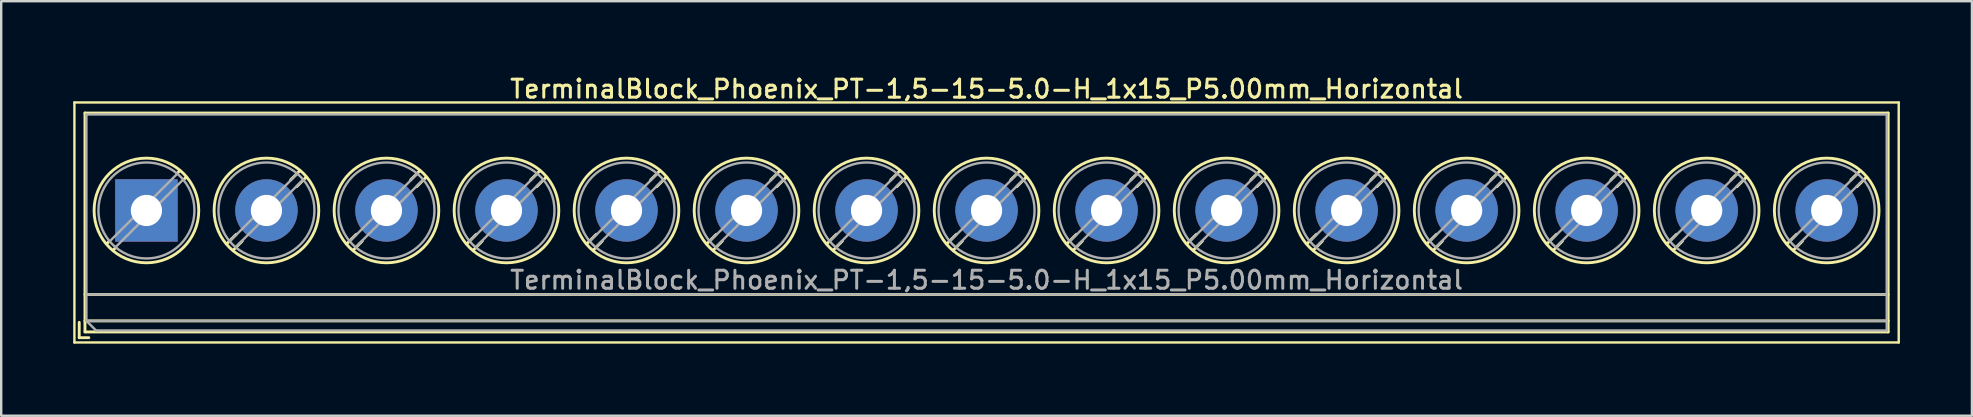
<source format=kicad_pcb>
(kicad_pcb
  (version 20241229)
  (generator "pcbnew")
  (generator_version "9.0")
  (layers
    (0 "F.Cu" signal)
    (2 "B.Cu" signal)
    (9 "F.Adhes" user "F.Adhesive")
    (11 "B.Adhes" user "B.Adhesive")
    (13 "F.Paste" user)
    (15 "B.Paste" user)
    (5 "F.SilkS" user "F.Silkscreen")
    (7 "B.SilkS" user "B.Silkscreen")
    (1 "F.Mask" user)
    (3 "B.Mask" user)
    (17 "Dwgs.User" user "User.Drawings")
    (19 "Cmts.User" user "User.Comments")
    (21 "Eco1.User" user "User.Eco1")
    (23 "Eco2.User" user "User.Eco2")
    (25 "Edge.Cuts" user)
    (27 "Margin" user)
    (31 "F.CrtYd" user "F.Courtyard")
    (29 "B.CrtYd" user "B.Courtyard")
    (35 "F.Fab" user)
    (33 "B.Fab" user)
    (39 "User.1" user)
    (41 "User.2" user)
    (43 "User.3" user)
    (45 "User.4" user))
  (footprint "TerminalBlock_Phoenix_PT-1,5-15-5.0-H_1x15_P5.00mm_Horizontal"
    (layer "F.Cu")
    (at 3.05 5.718)
    (property "Reference" "TerminalBlock_Phoenix_PT-1,5-15-5.0-H_1x15_P5.00mm_Horizontal" (at 35 -5.06 0) (layer "F.SilkS") (effects (font (size 0.75 0.75) (thickness 0.125))))
    (attr through_hole)
    (fp_line (start -3 -4.5) (end -3 5.5) (stroke (width 0.1) (type solid)) (layer "F.SilkS"))
    (fp_line (start -3 5.5) (end 73 5.5) (stroke (width 0.1) (type solid)) (layer "F.SilkS"))
    (fp_line (start -2.8 4.66) (end -2.8 5.3) (stroke (width 0.12) (type solid)) (layer "F.SilkS"))
    (fp_line (start -2.8 5.3) (end -2.4 5.3) (stroke (width 0.12) (type solid)) (layer "F.SilkS"))
    (fp_line (start -2.56 -4.06) (end -2.56 5.06) (stroke (width 0.12) (type solid)) (layer "F.SilkS"))
    (fp_line (start -2.56 -4.06) (end 72.56 -4.06) (stroke (width 0.12) (type solid)) (layer "F.SilkS"))
    (fp_line (start -2.56 3.5) (end 72.56 3.5) (stroke (width 0.12) (type solid)) (layer "F.SilkS"))
    (fp_line (start -2.56 4.6) (end 72.56 4.6) (stroke (width 0.12) (type solid)) (layer "F.SilkS"))
    (fp_line (start -2.56 5.06) (end 72.56 5.06) (stroke (width 0.12) (type solid)) (layer "F.SilkS"))
    (fp_line (start -1.548 1.281) (end -1.654 1.388) (stroke (width 0.12) (type solid)) (layer "F.SilkS"))
    (fp_line (start -1.282 1.547) (end -1.388 1.654) (stroke (width 0.12) (type solid)) (layer "F.SilkS"))
    (fp_line (start 1.388 -1.654) (end 1.281 -1.547) (stroke (width 0.12) (type solid)) (layer "F.SilkS"))
    (fp_line (start 1.654 -1.388) (end 1.547 -1.281) (stroke (width 0.12) (type solid)) (layer "F.SilkS"))
    (fp_line (start 3.742 0.992) (end 3.347 1.388) (stroke (width 0.12) (type solid)) (layer "F.SilkS"))
    (fp_line (start 3.993 1.274) (end 3.613 1.654) (stroke (width 0.12) (type solid)) (layer "F.SilkS"))
    (fp_line (start 6.388 -1.654) (end 6.008 -1.274) (stroke (width 0.12) (type solid)) (layer "F.SilkS"))
    (fp_line (start 6.654 -1.388) (end 6.259 -0.992) (stroke (width 0.12) (type solid)) (layer "F.SilkS"))
    (fp_line (start 8.742 0.992) (end 8.347 1.388) (stroke (width 0.12) (type solid)) (layer "F.SilkS"))
    (fp_line (start 8.993 1.274) (end 8.613 1.654) (stroke (width 0.12) (type solid)) (layer "F.SilkS"))
    (fp_line (start 11.388 -1.654) (end 11.008 -1.274) (stroke (width 0.12) (type solid)) (layer "F.SilkS"))
    (fp_line (start 11.654 -1.388) (end 11.259 -0.992) (stroke (width 0.12) (type solid)) (layer "F.SilkS"))
    (fp_line (start 13.742 0.992) (end 13.347 1.388) (stroke (width 0.12) (type solid)) (layer "F.SilkS"))
    (fp_line (start 13.993 1.274) (end 13.613 1.654) (stroke (width 0.12) (type solid)) (layer "F.SilkS"))
    (fp_line (start 16.388 -1.654) (end 16.008 -1.274) (stroke (width 0.12) (type solid)) (layer "F.SilkS"))
    (fp_line (start 16.654 -1.388) (end 16.259 -0.992) (stroke (width 0.12) (type solid)) (layer "F.SilkS"))
    (fp_line (start 18.742 0.992) (end 18.347 1.388) (stroke (width 0.12) (type solid)) (layer "F.SilkS"))
    (fp_line (start 18.993 1.274) (end 18.613 1.654) (stroke (width 0.12) (type solid)) (layer "F.SilkS"))
    (fp_line (start 21.388 -1.654) (end 21.008 -1.274) (stroke (width 0.12) (type solid)) (layer "F.SilkS"))
    (fp_line (start 21.654 -1.388) (end 21.259 -0.992) (stroke (width 0.12) (type solid)) (layer "F.SilkS"))
    (fp_line (start 23.742 0.992) (end 23.347 1.388) (stroke (width 0.12) (type solid)) (layer "F.SilkS"))
    (fp_line (start 23.993 1.274) (end 23.613 1.654) (stroke (width 0.12) (type solid)) (layer "F.SilkS"))
    (fp_line (start 26.388 -1.654) (end 26.008 -1.274) (stroke (width 0.12) (type solid)) (layer "F.SilkS"))
    (fp_line (start 26.654 -1.388) (end 26.259 -0.992) (stroke (width 0.12) (type solid)) (layer "F.SilkS"))
    (fp_line (start 28.742 0.992) (end 28.347 1.388) (stroke (width 0.12) (type solid)) (layer "F.SilkS"))
    (fp_line (start 28.993 1.274) (end 28.613 1.654) (stroke (width 0.12) (type solid)) (layer "F.SilkS"))
    (fp_line (start 31.388 -1.654) (end 31.008 -1.274) (stroke (width 0.12) (type solid)) (layer "F.SilkS"))
    (fp_line (start 31.654 -1.388) (end 31.259 -0.992) (stroke (width 0.12) (type solid)) (layer "F.SilkS"))
    (fp_line (start 33.742 0.992) (end 33.347 1.388) (stroke (width 0.12) (type solid)) (layer "F.SilkS"))
    (fp_line (start 33.993 1.274) (end 33.613 1.654) (stroke (width 0.12) (type solid)) (layer "F.SilkS"))
    (fp_line (start 36.388 -1.654) (end 36.008 -1.274) (stroke (width 0.12) (type solid)) (layer "F.SilkS"))
    (fp_line (start 36.654 -1.388) (end 36.259 -0.992) (stroke (width 0.12) (type solid)) (layer "F.SilkS"))
    (fp_line (start 38.742 0.992) (end 38.347 1.388) (stroke (width 0.12) (type solid)) (layer "F.SilkS"))
    (fp_line (start 38.993 1.274) (end 38.613 1.654) (stroke (width 0.12) (type solid)) (layer "F.SilkS"))
    (fp_line (start 41.388 -1.654) (end 41.008 -1.274) (stroke (width 0.12) (type solid)) (layer "F.SilkS"))
    (fp_line (start 41.654 -1.388) (end 41.259 -0.992) (stroke (width 0.12) (type solid)) (layer "F.SilkS"))
    (fp_line (start 43.742 0.992) (end 43.347 1.388) (stroke (width 0.12) (type solid)) (layer "F.SilkS"))
    (fp_line (start 43.993 1.274) (end 43.613 1.654) (stroke (width 0.12) (type solid)) (layer "F.SilkS"))
    (fp_line (start 46.388 -1.654) (end 46.008 -1.274) (stroke (width 0.12) (type solid)) (layer "F.SilkS"))
    (fp_line (start 46.654 -1.388) (end 46.259 -0.992) (stroke (width 0.12) (type solid)) (layer "F.SilkS"))
    (fp_line (start 48.742 0.992) (end 48.347 1.388) (stroke (width 0.12) (type solid)) (layer "F.SilkS"))
    (fp_line (start 48.993 1.274) (end 48.613 1.654) (stroke (width 0.12) (type solid)) (layer "F.SilkS"))
    (fp_line (start 51.388 -1.654) (end 51.008 -1.274) (stroke (width 0.12) (type solid)) (layer "F.SilkS"))
    (fp_line (start 51.654 -1.388) (end 51.259 -0.992) (stroke (width 0.12) (type solid)) (layer "F.SilkS"))
    (fp_line (start 53.742 0.992) (end 53.347 1.388) (stroke (width 0.12) (type solid)) (layer "F.SilkS"))
    (fp_line (start 53.993 1.274) (end 53.613 1.654) (stroke (width 0.12) (type solid)) (layer "F.SilkS"))
    (fp_line (start 56.388 -1.654) (end 56.008 -1.274) (stroke (width 0.12) (type solid)) (layer "F.SilkS"))
    (fp_line (start 56.654 -1.388) (end 56.259 -0.992) (stroke (width 0.12) (type solid)) (layer "F.SilkS"))
    (fp_line (start 58.742 0.992) (end 58.347 1.388) (stroke (width 0.12) (type solid)) (layer "F.SilkS"))
    (fp_line (start 58.993 1.274) (end 58.613 1.654) (stroke (width 0.12) (type solid)) (layer "F.SilkS"))
    (fp_line (start 61.388 -1.654) (end 61.008 -1.274) (stroke (width 0.12) (type solid)) (layer "F.SilkS"))
    (fp_line (start 61.654 -1.388) (end 61.259 -0.992) (stroke (width 0.12) (type solid)) (layer "F.SilkS"))
    (fp_line (start 63.742 0.992) (end 63.347 1.388) (stroke (width 0.12) (type solid)) (layer "F.SilkS"))
    (fp_line (start 63.993 1.274) (end 63.613 1.654) (stroke (width 0.12) (type solid)) (layer "F.SilkS"))
    (fp_line (start 66.388 -1.654) (end 66.008 -1.274) (stroke (width 0.12) (type solid)) (layer "F.SilkS"))
    (fp_line (start 66.654 -1.388) (end 66.259 -0.992) (stroke (width 0.12) (type solid)) (layer "F.SilkS"))
    (fp_line (start 68.742 0.992) (end 68.347 1.388) (stroke (width 0.12) (type solid)) (layer "F.SilkS"))
    (fp_line (start 68.993 1.274) (end 68.613 1.654) (stroke (width 0.12) (type solid)) (layer "F.SilkS"))
    (fp_line (start 71.388 -1.654) (end 71.008 -1.274) (stroke (width 0.12) (type solid)) (layer "F.SilkS"))
    (fp_line (start 71.654 -1.388) (end 71.259 -0.992) (stroke (width 0.12) (type solid)) (layer "F.SilkS"))
    (fp_line (start 72.56 -4.06) (end 72.56 5.06) (stroke (width 0.12) (type solid)) (layer "F.SilkS"))
    (fp_line (start 73 -4.5) (end -3 -4.5) (stroke (width 0.1) (type solid)) (layer "F.SilkS"))
    (fp_line (start 73 5.5) (end 73 -4.5) (stroke (width 0.1) (type solid)) (layer "F.SilkS"))
    (fp_circle (center 0 0) (end 2.18 0) (stroke (width 0.12) (type solid)) (fill no) (layer "F.SilkS"))
    (fp_circle (center 5 0) (end 7.18 0) (stroke (width 0.12) (type solid)) (fill no) (layer "F.SilkS"))
    (fp_circle (center 10 0) (end 12.18 0) (stroke (width 0.12) (type solid)) (fill no) (layer "F.SilkS"))
    (fp_circle (center 15 0) (end 17.18 0) (stroke (width 0.12) (type solid)) (fill no) (layer "F.SilkS"))
    (fp_circle (center 20 0) (end 22.18 0) (stroke (width 0.12) (type solid)) (fill no) (layer "F.SilkS"))
    (fp_circle (center 25 0) (end 27.18 0) (stroke (width 0.12) (type solid)) (fill no) (layer "F.SilkS"))
    (fp_circle (center 30 0) (end 32.18 0) (stroke (width 0.12) (type solid)) (fill no) (layer "F.SilkS"))
    (fp_circle (center 35 0) (end 37.18 0) (stroke (width 0.12) (type solid)) (fill no) (layer "F.SilkS"))
    (fp_circle (center 40 0) (end 42.18 0) (stroke (width 0.12) (type solid)) (fill no) (layer "F.SilkS"))
    (fp_circle (center 45 0) (end 47.18 0) (stroke (width 0.12) (type solid)) (fill no) (layer "F.SilkS"))
    (fp_circle (center 50 0) (end 52.18 0) (stroke (width 0.12) (type solid)) (fill no) (layer "F.SilkS"))
    (fp_circle (center 55 0) (end 57.18 0) (stroke (width 0.12) (type solid)) (fill no) (layer "F.SilkS"))
    (fp_circle (center 60 0) (end 62.18 0) (stroke (width 0.12) (type solid)) (fill no) (layer "F.SilkS"))
    (fp_circle (center 65 0) (end 67.18 0) (stroke (width 0.12) (type solid)) (fill no) (layer "F.SilkS"))
    (fp_circle (center 70 0) (end 72.18 0) (stroke (width 0.12) (type solid)) (fill no) (layer "F.SilkS"))
    (fp_line (start -2.5 -4) (end 72.5 -4) (stroke (width 0.1) (type solid)) (layer "F.Fab"))
    (fp_line (start -2.5 3.5) (end 72.5 3.5) (stroke (width 0.1) (type solid)) (layer "F.Fab"))
    (fp_line (start -2.5 4.6) (end -2.5 -4) (stroke (width 0.1) (type solid)) (layer "F.Fab"))
    (fp_line (start -2.5 4.6) (end 72.5 4.6) (stroke (width 0.1) (type solid)) (layer "F.Fab"))
    (fp_line (start -2.1 5) (end -2.5 4.6) (stroke (width 0.1) (type solid)) (layer "F.Fab"))
    (fp_line (start 1.273 -1.517) (end -1.517 1.273) (stroke (width 0.1) (type solid)) (layer "F.Fab"))
    (fp_line (start 1.517 -1.273) (end -1.273 1.517) (stroke (width 0.1) (type solid)) (layer "F.Fab"))
    (fp_line (start 6.273 -1.517) (end 3.484 1.273) (stroke (width 0.1) (type solid)) (layer "F.Fab"))
    (fp_line (start 6.517 -1.273) (end 3.728 1.517) (stroke (width 0.1) (type solid)) (layer "F.Fab"))
    (fp_line (start 11.273 -1.517) (end 8.484 1.273) (stroke (width 0.1) (type solid)) (layer "F.Fab"))
    (fp_line (start 11.517 -1.273) (end 8.728 1.517) (stroke (width 0.1) (type solid)) (layer "F.Fab"))
    (fp_line (start 16.273 -1.517) (end 13.484 1.273) (stroke (width 0.1) (type solid)) (layer "F.Fab"))
    (fp_line (start 16.517 -1.273) (end 13.728 1.517) (stroke (width 0.1) (type solid)) (layer "F.Fab"))
    (fp_line (start 21.273 -1.517) (end 18.484 1.273) (stroke (width 0.1) (type solid)) (layer "F.Fab"))
    (fp_line (start 21.517 -1.273) (end 18.728 1.517) (stroke (width 0.1) (type solid)) (layer "F.Fab"))
    (fp_line (start 26.273 -1.517) (end 23.484 1.273) (stroke (width 0.1) (type solid)) (layer "F.Fab"))
    (fp_line (start 26.517 -1.273) (end 23.728 1.517) (stroke (width 0.1) (type solid)) (layer "F.Fab"))
    (fp_line (start 31.273 -1.517) (end 28.484 1.273) (stroke (width 0.1) (type solid)) (layer "F.Fab"))
    (fp_line (start 31.517 -1.273) (end 28.728 1.517) (stroke (width 0.1) (type solid)) (layer "F.Fab"))
    (fp_line (start 36.273 -1.517) (end 33.484 1.273) (stroke (width 0.1) (type solid)) (layer "F.Fab"))
    (fp_line (start 36.517 -1.273) (end 33.728 1.517) (stroke (width 0.1) (type solid)) (layer "F.Fab"))
    (fp_line (start 41.273 -1.517) (end 38.484 1.273) (stroke (width 0.1) (type solid)) (layer "F.Fab"))
    (fp_line (start 41.517 -1.273) (end 38.728 1.517) (stroke (width 0.1) (type solid)) (layer "F.Fab"))
    (fp_line (start 46.273 -1.517) (end 43.484 1.273) (stroke (width 0.1) (type solid)) (layer "F.Fab"))
    (fp_line (start 46.517 -1.273) (end 43.728 1.517) (stroke (width 0.1) (type solid)) (layer "F.Fab"))
    (fp_line (start 51.273 -1.517) (end 48.484 1.273) (stroke (width 0.1) (type solid)) (layer "F.Fab"))
    (fp_line (start 51.517 -1.273) (end 48.728 1.517) (stroke (width 0.1) (type solid)) (layer "F.Fab"))
    (fp_line (start 56.273 -1.517) (end 53.484 1.273) (stroke (width 0.1) (type solid)) (layer "F.Fab"))
    (fp_line (start 56.517 -1.273) (end 53.728 1.517) (stroke (width 0.1) (type solid)) (layer "F.Fab"))
    (fp_line (start 61.273 -1.517) (end 58.484 1.273) (stroke (width 0.1) (type solid)) (layer "F.Fab"))
    (fp_line (start 61.517 -1.273) (end 58.728 1.517) (stroke (width 0.1) (type solid)) (layer "F.Fab"))
    (fp_line (start 66.273 -1.517) (end 63.484 1.273) (stroke (width 0.1) (type solid)) (layer "F.Fab"))
    (fp_line (start 66.517 -1.273) (end 63.728 1.517) (stroke (width 0.1) (type solid)) (layer "F.Fab"))
    (fp_line (start 71.273 -1.517) (end 68.484 1.273) (stroke (width 0.1) (type solid)) (layer "F.Fab"))
    (fp_line (start 71.517 -1.273) (end 68.728 1.517) (stroke (width 0.1) (type solid)) (layer "F.Fab"))
    (fp_line (start 72.5 -4) (end 72.5 5) (stroke (width 0.1) (type solid)) (layer "F.Fab"))
    (fp_line (start 72.5 5) (end -2.1 5) (stroke (width 0.1) (type solid)) (layer "F.Fab"))
    (fp_circle (center 0 0) (end 2 0) (stroke (width 0.1) (type solid)) (fill no) (layer "F.Fab"))
    (fp_circle (center 5 0) (end 7 0) (stroke (width 0.1) (type solid)) (fill no) (layer "F.Fab"))
    (fp_circle (center 10 0) (end 12 0) (stroke (width 0.1) (type solid)) (fill no) (layer "F.Fab"))
    (fp_circle (center 15 0) (end 17 0) (stroke (width 0.1) (type solid)) (fill no) (layer "F.Fab"))
    (fp_circle (center 20 0) (end 22 0) (stroke (width 0.1) (type solid)) (fill no) (layer "F.Fab"))
    (fp_circle (center 25 0) (end 27 0) (stroke (width 0.1) (type solid)) (fill no) (layer "F.Fab"))
    (fp_circle (center 30 0) (end 32 0) (stroke (width 0.1) (type solid)) (fill no) (layer "F.Fab"))
    (fp_circle (center 35 0) (end 37 0) (stroke (width 0.1) (type solid)) (fill no) (layer "F.Fab"))
    (fp_circle (center 40 0) (end 42 0) (stroke (width 0.1) (type solid)) (fill no) (layer "F.Fab"))
    (fp_circle (center 45 0) (end 47 0) (stroke (width 0.1) (type solid)) (fill no) (layer "F.Fab"))
    (fp_circle (center 50 0) (end 52 0) (stroke (width 0.1) (type solid)) (fill no) (layer "F.Fab"))
    (fp_circle (center 55 0) (end 57 0) (stroke (width 0.1) (type solid)) (fill no) (layer "F.Fab"))
    (fp_circle (center 60 0) (end 62 0) (stroke (width 0.1) (type solid)) (fill no) (layer "F.Fab"))
    (fp_circle (center 65 0) (end 67 0) (stroke (width 0.1) (type solid)) (fill no) (layer "F.Fab"))
    (fp_circle (center 70 0) (end 72 0) (stroke (width 0.1) (type solid)) (fill no) (layer "F.Fab"))
    (fp_text user "${REFERENCE}" (at 35 2.9 0) (layer "F.Fab") (effects (font (size 0.75 0.75) (thickness 0.125))))
    (pad "1" thru_hole rect (at 0 0) (size 2.6 2.6) (drill 1.3) (layers "*.Cu" "*.Mask"))
    (pad "2" thru_hole circle (at 5 0) (size 2.6 2.6) (drill 1.3) (layers "*.Cu" "*.Mask"))
    (pad "3" thru_hole circle (at 10 0) (size 2.6 2.6) (drill 1.3) (layers "*.Cu" "*.Mask"))
    (pad "4" thru_hole circle (at 15 0) (size 2.6 2.6) (drill 1.3) (layers "*.Cu" "*.Mask"))
    (pad "5" thru_hole circle (at 20 0) (size 2.6 2.6) (drill 1.3) (layers "*.Cu" "*.Mask"))
    (pad "6" thru_hole circle (at 25 0) (size 2.6 2.6) (drill 1.3) (layers "*.Cu" "*.Mask"))
    (pad "7" thru_hole circle (at 30 0) (size 2.6 2.6) (drill 1.3) (layers "*.Cu" "*.Mask"))
    (pad "8" thru_hole circle (at 35 0) (size 2.6 2.6) (drill 1.3) (layers "*.Cu" "*.Mask"))
    (pad "9" thru_hole circle (at 40 0) (size 2.6 2.6) (drill 1.3) (layers "*.Cu" "*.Mask"))
    (pad "10" thru_hole circle (at 45 0) (size 2.6 2.6) (drill 1.3) (layers "*.Cu" "*.Mask"))
    (pad "11" thru_hole circle (at 50 0) (size 2.6 2.6) (drill 1.3) (layers "*.Cu" "*.Mask"))
    (pad "12" thru_hole circle (at 55 0) (size 2.6 2.6) (drill 1.3) (layers "*.Cu" "*.Mask"))
    (pad "13" thru_hole circle (at 60 0) (size 2.6 2.6) (drill 1.3) (layers "*.Cu" "*.Mask"))
    (pad "14" thru_hole circle (at 65 0) (size 2.6 2.6) (drill 1.3) (layers "*.Cu" "*.Mask"))
    (pad "15" thru_hole circle (at 70 0) (size 2.6 2.6) (drill 1.3) (layers "*.Cu" "*.Mask")))
  (gr_rect
    (start -3 -3)
    (end 79.1 14.268)
    (stroke (width 0.1) (type default))
    (fill no)
    (layer "Edge.Cuts")))
</source>
